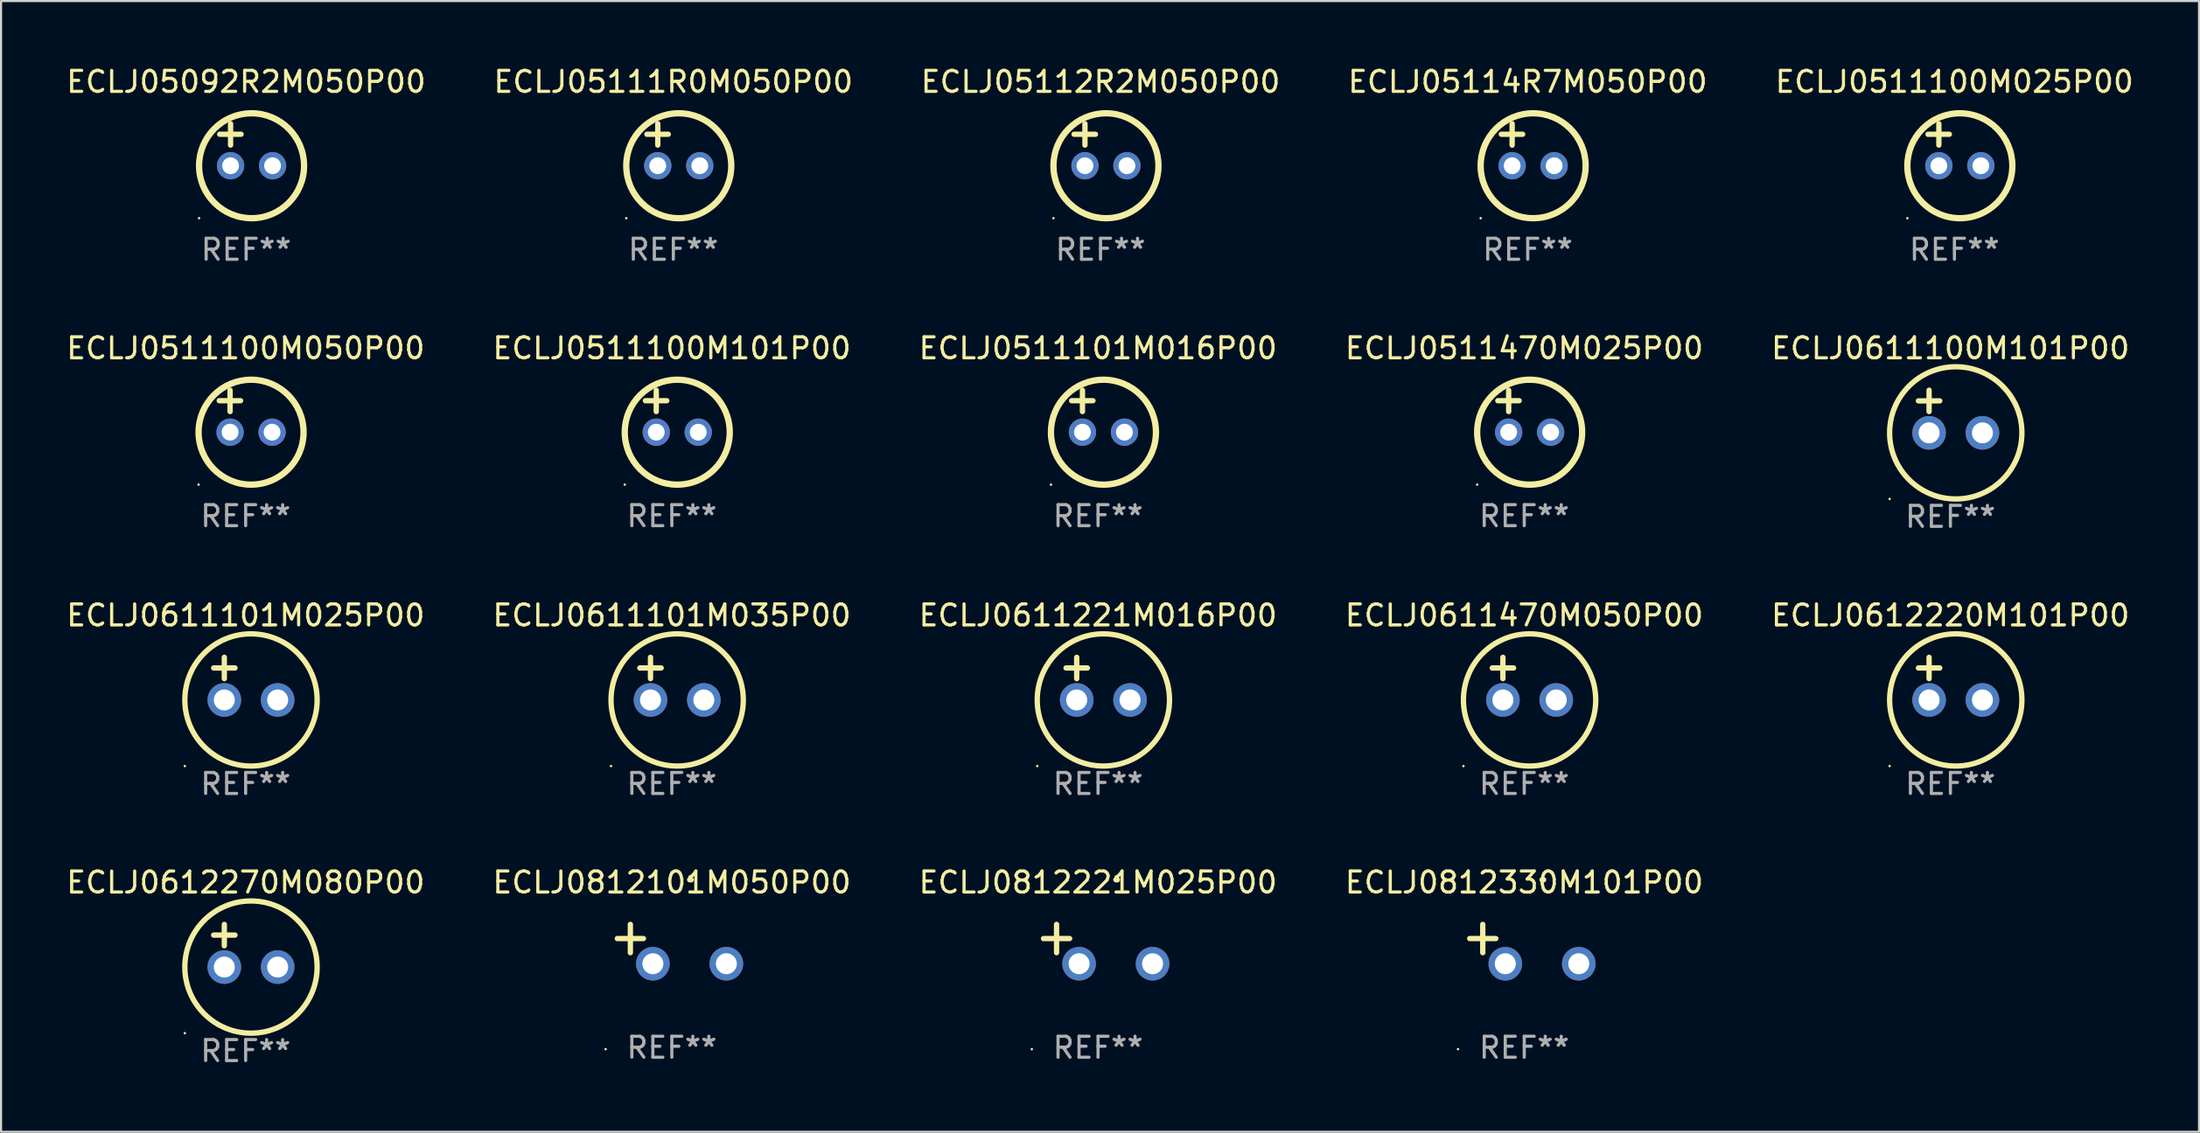
<source format=kicad_pcb>
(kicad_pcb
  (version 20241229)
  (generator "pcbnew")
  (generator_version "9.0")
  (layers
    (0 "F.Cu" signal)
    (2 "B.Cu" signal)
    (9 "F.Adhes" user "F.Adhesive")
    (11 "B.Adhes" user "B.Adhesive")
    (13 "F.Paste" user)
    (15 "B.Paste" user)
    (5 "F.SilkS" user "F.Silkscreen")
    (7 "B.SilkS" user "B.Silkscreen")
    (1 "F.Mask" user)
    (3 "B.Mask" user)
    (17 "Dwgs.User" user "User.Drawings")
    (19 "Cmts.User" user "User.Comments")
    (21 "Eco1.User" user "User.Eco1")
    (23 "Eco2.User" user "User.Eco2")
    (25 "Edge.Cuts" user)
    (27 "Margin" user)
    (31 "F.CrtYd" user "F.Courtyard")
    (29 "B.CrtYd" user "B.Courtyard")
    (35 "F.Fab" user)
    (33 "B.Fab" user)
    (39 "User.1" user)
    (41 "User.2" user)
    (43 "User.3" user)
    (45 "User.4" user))
  (footprint "ECLJ0611100M101P00"
    (layer "F.Cu")
    (at 89.839 16.561)
    (property "Reference" "ECLJ0611100M101P00" (at 0 -3.016 0) (layer "F.SilkS") (effects (font (size 1 1) (thickness 0.15))))
    (attr through_hole)
    (fp_line (start -1.524 -0.508) (end -0.508 -0.508) (stroke (width 0.254) (type solid)) (layer "F.SilkS"))
    (fp_line (start -1.016 -1.016) (end -1.016 0) (stroke (width 0.254) (type solid)) (layer "F.SilkS"))
    (fp_circle (center -2.896 4.166) (end -2.866 4.166) (stroke (width 0.06) (type solid)) (fill no) (layer "F.SilkS"))
    (fp_circle (center 0.254 1.016) (end 3.404 1.016) (stroke (width 0.254) (type solid)) (fill no) (layer "F.SilkS"))
    (fp_text user "REF**" (at 0 5.016 0) (layer "F.Fab") (effects (font (size 1 1) (thickness 0.15))))
    (pad "1" thru_hole circle (at -1.016 1.016) (size 1.6 1.6) (drill 1) (layers "*.Cu" "*.Mask"))
    (pad "2" thru_hole circle (at 1.524 1.016) (size 1.6 1.6) (drill 1) (layers "*.Cu" "*.Mask")))
  (footprint "ECLJ0511100M025P00"
    (layer "F.Cu")
    (at 90.03 3.848)
    (property "Reference" "ECLJ0511100M025P00" (at 0 -3 0) (layer "F.SilkS") (effects (font (size 1 1) (thickness 0.15))))
    (attr through_hole)
    (fp_line (start -1.258 -0.5) (end -0.242 -0.5) (stroke (width 0.254) (type solid)) (layer "F.SilkS"))
    (fp_line (start -0.742 -1) (end -0.742 0.016) (stroke (width 0.254) (type solid)) (layer "F.SilkS"))
    (fp_circle (center -2.242 3.5) (end -2.212 3.5) (stroke (width 0.06) (type solid)) (fill no) (layer "F.SilkS"))
    (fp_circle (center 0.258 1) (end 2.758 1) (stroke (width 0.3) (type solid)) (fill no) (layer "F.SilkS"))
    (fp_text user "REF**" (at 0 5 0) (layer "F.Fab") (effects (font (size 1 1) (thickness 0.15))))
    (pad "1" thru_hole circle (at -0.742 1) (size 1.3 1.3) (drill 0.8) (layers "*.Cu" "*.Mask"))
    (pad "2" thru_hole circle (at 1.258 1) (size 1.3 1.3) (drill 0.8) (layers "*.Cu" "*.Mask")))
  (footprint "ECLJ0511101M016P00"
    (layer "F.Cu")
    (at 49.244 16.545)
    (property "Reference" "ECLJ0511101M016P00" (at 0 -3 0) (layer "F.SilkS") (effects (font (size 1 1) (thickness 0.15))))
    (attr through_hole)
    (fp_line (start -1.258 -0.5) (end -0.242 -0.5) (stroke (width 0.254) (type solid)) (layer "F.SilkS"))
    (fp_line (start -0.742 -1) (end -0.742 0.016) (stroke (width 0.254) (type solid)) (layer "F.SilkS"))
    (fp_circle (center -2.242 3.5) (end -2.212 3.5) (stroke (width 0.06) (type solid)) (fill no) (layer "F.SilkS"))
    (fp_circle (center 0.258 1) (end 2.758 1) (stroke (width 0.3) (type solid)) (fill no) (layer "F.SilkS"))
    (fp_text user "REF**" (at 0 5 0) (layer "F.Fab") (effects (font (size 1 1) (thickness 0.15))))
    (pad "1" thru_hole circle (at -0.742 1) (size 1.3 1.3) (drill 0.8) (layers "*.Cu" "*.Mask"))
    (pad "2" thru_hole circle (at 1.258 1) (size 1.3 1.3) (drill 0.8) (layers "*.Cu" "*.Mask")))
  (footprint "ECLJ05111R0M050P00"
    (layer "F.Cu")
    (at 29.018 3.848)
    (property "Reference" "ECLJ05111R0M050P00" (at 0 -3 0) (layer "F.SilkS") (effects (font (size 1 1) (thickness 0.15))))
    (attr through_hole)
    (fp_line (start -1.258 -0.5) (end -0.242 -0.5) (stroke (width 0.254) (type solid)) (layer "F.SilkS"))
    (fp_line (start -0.742 -1) (end -0.742 0.016) (stroke (width 0.254) (type solid)) (layer "F.SilkS"))
    (fp_circle (center -2.242 3.5) (end -2.212 3.5) (stroke (width 0.06) (type solid)) (fill no) (layer "F.SilkS"))
    (fp_circle (center 0.258 1) (end 2.758 1) (stroke (width 0.3) (type solid)) (fill no) (layer "F.SilkS"))
    (fp_text user "REF**" (at 0 5 0) (layer "F.Fab") (effects (font (size 1 1) (thickness 0.15))))
    (pad "1" thru_hole circle (at -0.742 1) (size 1.3 1.3) (drill 0.8) (layers "*.Cu" "*.Mask"))
    (pad "2" thru_hole circle (at 1.258 1) (size 1.3 1.3) (drill 0.8) (layers "*.Cu" "*.Mask")))
  (footprint "ECLJ0612270M080P00"
    (layer "F.Cu")
    (at 8.649 42.018)
    (property "Reference" "ECLJ0612270M080P00" (at 0 -3.016 0) (layer "F.SilkS") (effects (font (size 1 1) (thickness 0.15))))
    (attr through_hole)
    (fp_line (start -1.524 -0.508) (end -0.508 -0.508) (stroke (width 0.254) (type solid)) (layer "F.SilkS"))
    (fp_line (start -1.016 -1.016) (end -1.016 0) (stroke (width 0.254) (type solid)) (layer "F.SilkS"))
    (fp_circle (center -2.896 4.166) (end -2.866 4.166) (stroke (width 0.06) (type solid)) (fill no) (layer "F.SilkS"))
    (fp_circle (center 0.254 1.016) (end 3.404 1.016) (stroke (width 0.254) (type solid)) (fill no) (layer "F.SilkS"))
    (fp_text user "REF**" (at 0 5.016 0) (layer "F.Fab") (effects (font (size 1 1) (thickness 0.15))))
    (pad "1" thru_hole circle (at -1.016 1.016) (size 1.6 1.6) (drill 1) (layers "*.Cu" "*.Mask"))
    (pad "2" thru_hole circle (at 1.524 1.016) (size 1.6 1.6) (drill 1) (layers "*.Cu" "*.Mask")))
  (footprint "ECLJ05092R2M050P00"
    (layer "F.Cu")
    (at 8.673 3.848)
    (property "Reference" "ECLJ05092R2M050P00" (at 0 -3 0) (layer "F.SilkS") (effects (font (size 1 1) (thickness 0.15))))
    (attr through_hole)
    (fp_line (start -1.258 -0.5) (end -0.242 -0.5) (stroke (width 0.254) (type solid)) (layer "F.SilkS"))
    (fp_line (start -0.742 -1) (end -0.742 0.016) (stroke (width 0.254) (type solid)) (layer "F.SilkS"))
    (fp_circle (center -2.242 3.5) (end -2.212 3.5) (stroke (width 0.06) (type solid)) (fill no) (layer "F.SilkS"))
    (fp_circle (center 0.258 1) (end 2.758 1) (stroke (width 0.3) (type solid)) (fill no) (layer "F.SilkS"))
    (fp_text user "REF**" (at 0 5 0) (layer "F.Fab") (effects (font (size 1 1) (thickness 0.15))))
    (pad "1" thru_hole circle (at -0.742 1) (size 1.3 1.3) (drill 0.8) (layers "*.Cu" "*.Mask"))
    (pad "2" thru_hole circle (at 1.258 1) (size 1.3 1.3) (drill 0.8) (layers "*.Cu" "*.Mask")))
  (footprint "ECLJ0611221M016P00"
    (layer "F.Cu")
    (at 49.244 29.289)
    (property "Reference" "ECLJ0611221M016P00" (at 0 -3.016 0) (layer "F.SilkS") (effects (font (size 1 1) (thickness 0.15))))
    (attr through_hole)
    (fp_line (start -1.524 -0.508) (end -0.508 -0.508) (stroke (width 0.254) (type solid)) (layer "F.SilkS"))
    (fp_line (start -1.016 -1.016) (end -1.016 0) (stroke (width 0.254) (type solid)) (layer "F.SilkS"))
    (fp_circle (center -2.896 4.166) (end -2.866 4.166) (stroke (width 0.06) (type solid)) (fill no) (layer "F.SilkS"))
    (fp_circle (center 0.254 1.016) (end 3.404 1.016) (stroke (width 0.254) (type solid)) (fill no) (layer "F.SilkS"))
    (fp_text user "REF**" (at 0 5.016 0) (layer "F.Fab") (effects (font (size 1 1) (thickness 0.15))))
    (pad "1" thru_hole circle (at -1.016 1.016) (size 1.6 1.6) (drill 1) (layers "*.Cu" "*.Mask"))
    (pad "2" thru_hole circle (at 1.524 1.016) (size 1.6 1.6) (drill 1) (layers "*.Cu" "*.Mask")))
  (footprint "ECLJ0611101M035P00"
    (layer "F.Cu")
    (at 28.946 29.289)
    (property "Reference" "ECLJ0611101M035P00" (at 0 -3.016 0) (layer "F.SilkS") (effects (font (size 1 1) (thickness 0.15))))
    (attr through_hole)
    (fp_line (start -1.524 -0.508) (end -0.508 -0.508) (stroke (width 0.254) (type solid)) (layer "F.SilkS"))
    (fp_line (start -1.016 -1.016) (end -1.016 0) (stroke (width 0.254) (type solid)) (layer "F.SilkS"))
    (fp_circle (center -2.896 4.166) (end -2.866 4.166) (stroke (width 0.06) (type solid)) (fill no) (layer "F.SilkS"))
    (fp_circle (center 0.254 1.016) (end 3.404 1.016) (stroke (width 0.254) (type solid)) (fill no) (layer "F.SilkS"))
    (fp_text user "REF**" (at 0 5.016 0) (layer "F.Fab") (effects (font (size 1 1) (thickness 0.15))))
    (pad "1" thru_hole circle (at -1.016 1.016) (size 1.6 1.6) (drill 1) (layers "*.Cu" "*.Mask"))
    (pad "2" thru_hole circle (at 1.524 1.016) (size 1.6 1.6) (drill 1) (layers "*.Cu" "*.Mask")))
  (footprint "ECLJ0511100M101P00"
    (layer "F.Cu")
    (at 28.946 16.545)
    (property "Reference" "ECLJ0511100M101P00" (at 0 -3 0) (layer "F.SilkS") (effects (font (size 1 1) (thickness 0.15))))
    (attr through_hole)
    (fp_line (start -1.258 -0.5) (end -0.242 -0.5) (stroke (width 0.254) (type solid)) (layer "F.SilkS"))
    (fp_line (start -0.742 -1) (end -0.742 0.016) (stroke (width 0.254) (type solid)) (layer "F.SilkS"))
    (fp_circle (center -2.242 3.5) (end -2.212 3.5) (stroke (width 0.06) (type solid)) (fill no) (layer "F.SilkS"))
    (fp_circle (center 0.258 1) (end 2.758 1) (stroke (width 0.3) (type solid)) (fill no) (layer "F.SilkS"))
    (fp_text user "REF**" (at 0 5 0) (layer "F.Fab") (effects (font (size 1 1) (thickness 0.15))))
    (pad "1" thru_hole circle (at -0.742 1) (size 1.3 1.3) (drill 0.8) (layers "*.Cu" "*.Mask"))
    (pad "2" thru_hole circle (at 1.258 1) (size 1.3 1.3) (drill 0.8) (layers "*.Cu" "*.Mask")))
  (footprint "ECLJ0812101M050P00"
    (layer "F.Cu")
    (at 28.946 41.938)
    (property "Reference" "ECLJ0812101M050P00" (at 0 -2.937 0) (layer "F.SilkS") (effects (font (size 1 1) (thickness 0.15))))
    (attr through_hole)
    (fp_line (start -1.975 0.41) (end -1.975 -0.937) (stroke (width 0.254) (type solid)) (layer "F.SilkS"))
    (fp_line (start -1.353 -0.263) (end -2.597 -0.263) (stroke (width 0.254) (type solid)) (layer "F.SilkS"))
    (fp_arc (start 0.849809 -3.063957) (mid 0.885369 -3.064114) (end 0.920929 -3.063957) (stroke (width 0.254001) (type solid)) (layer "F.SilkS"))
    (fp_circle (center -3.154 5.008) (end -3.124 5.008) (stroke (width 0.06) (type solid)) (fill no) (layer "F.SilkS"))
    (fp_text user "REF**" (at 0 4.937 0) (layer "F.Fab") (effects (font (size 1 1) (thickness 0.15))))
    (pad "1" thru_hole circle (at -0.903 0.937) (size 1.6 1.6) (drill 1) (layers "*.Cu" "*.Mask"))
    (pad "2" thru_hole circle (at 2.597 0.937) (size 1.6 1.6) (drill 1) (layers "*.Cu" "*.Mask")))
  (footprint "ECLJ0611101M025P00"
    (layer "F.Cu")
    (at 8.649 29.289)
    (property "Reference" "ECLJ0611101M025P00" (at 0 -3.016 0) (layer "F.SilkS") (effects (font (size 1 1) (thickness 0.15))))
    (attr through_hole)
    (fp_line (start -1.524 -0.508) (end -0.508 -0.508) (stroke (width 0.254) (type solid)) (layer "F.SilkS"))
    (fp_line (start -1.016 -1.016) (end -1.016 0) (stroke (width 0.254) (type solid)) (layer "F.SilkS"))
    (fp_circle (center -2.896 4.166) (end -2.866 4.166) (stroke (width 0.06) (type solid)) (fill no) (layer "F.SilkS"))
    (fp_circle (center 0.254 1.016) (end 3.404 1.016) (stroke (width 0.254) (type solid)) (fill no) (layer "F.SilkS"))
    (fp_text user "REF**" (at 0 5.016 0) (layer "F.Fab") (effects (font (size 1 1) (thickness 0.15))))
    (pad "1" thru_hole circle (at -1.016 1.016) (size 1.6 1.6) (drill 1) (layers "*.Cu" "*.Mask"))
    (pad "2" thru_hole circle (at 1.524 1.016) (size 1.6 1.6) (drill 1) (layers "*.Cu" "*.Mask")))
  (footprint "ECLJ0611470M050P00"
    (layer "F.Cu")
    (at 69.542 29.289)
    (property "Reference" "ECLJ0611470M050P00" (at 0 -3.016 0) (layer "F.SilkS") (effects (font (size 1 1) (thickness 0.15))))
    (attr through_hole)
    (fp_line (start -1.524 -0.508) (end -0.508 -0.508) (stroke (width 0.254) (type solid)) (layer "F.SilkS"))
    (fp_line (start -1.016 -1.016) (end -1.016 0) (stroke (width 0.254) (type solid)) (layer "F.SilkS"))
    (fp_circle (center -2.896 4.166) (end -2.866 4.166) (stroke (width 0.06) (type solid)) (fill no) (layer "F.SilkS"))
    (fp_circle (center 0.254 1.016) (end 3.404 1.016) (stroke (width 0.254) (type solid)) (fill no) (layer "F.SilkS"))
    (fp_text user "REF**" (at 0 5.016 0) (layer "F.Fab") (effects (font (size 1 1) (thickness 0.15))))
    (pad "1" thru_hole circle (at -1.016 1.016) (size 1.6 1.6) (drill 1) (layers "*.Cu" "*.Mask"))
    (pad "2" thru_hole circle (at 1.524 1.016) (size 1.6 1.6) (drill 1) (layers "*.Cu" "*.Mask")))
  (footprint "ECLJ0812221M025P00"
    (layer "F.Cu")
    (at 49.244 41.938)
    (property "Reference" "ECLJ0812221M025P00" (at 0 -2.937 0) (layer "F.SilkS") (effects (font (size 1 1) (thickness 0.15))))
    (attr through_hole)
    (fp_line (start -1.975 0.41) (end -1.975 -0.937) (stroke (width 0.254) (type solid)) (layer "F.SilkS"))
    (fp_line (start -1.353 -0.263) (end -2.597 -0.263) (stroke (width 0.254) (type solid)) (layer "F.SilkS"))
    (fp_arc (start 0.849809 -3.063957) (mid 0.885369 -3.064114) (end 0.920929 -3.063957) (stroke (width 0.254001) (type solid)) (layer "F.SilkS"))
    (fp_circle (center -3.154 5.008) (end -3.124 5.008) (stroke (width 0.06) (type solid)) (fill no) (layer "F.SilkS"))
    (fp_text user "REF**" (at 0 4.937 0) (layer "F.Fab") (effects (font (size 1 1) (thickness 0.15))))
    (pad "1" thru_hole circle (at -0.903 0.937) (size 1.6 1.6) (drill 1) (layers "*.Cu" "*.Mask"))
    (pad "2" thru_hole circle (at 2.597 0.937) (size 1.6 1.6) (drill 1) (layers "*.Cu" "*.Mask")))
  (footprint "ECLJ05112R2M050P00"
    (layer "F.Cu")
    (at 49.363 3.848)
    (property "Reference" "ECLJ05112R2M050P00" (at 0 -3 0) (layer "F.SilkS") (effects (font (size 1 1) (thickness 0.15))))
    (attr through_hole)
    (fp_line (start -1.258 -0.5) (end -0.242 -0.5) (stroke (width 0.254) (type solid)) (layer "F.SilkS"))
    (fp_line (start -0.742 -1) (end -0.742 0.016) (stroke (width 0.254) (type solid)) (layer "F.SilkS"))
    (fp_circle (center -2.242 3.5) (end -2.212 3.5) (stroke (width 0.06) (type solid)) (fill no) (layer "F.SilkS"))
    (fp_circle (center 0.258 1) (end 2.758 1) (stroke (width 0.3) (type solid)) (fill no) (layer "F.SilkS"))
    (fp_text user "REF**" (at 0 5 0) (layer "F.Fab") (effects (font (size 1 1) (thickness 0.15))))
    (pad "1" thru_hole circle (at -0.742 1) (size 1.3 1.3) (drill 0.8) (layers "*.Cu" "*.Mask"))
    (pad "2" thru_hole circle (at 1.258 1) (size 1.3 1.3) (drill 0.8) (layers "*.Cu" "*.Mask")))
  (footprint "ECLJ0812330M101P00"
    (layer "F.Cu")
    (at 69.542 41.938)
    (property "Reference" "ECLJ0812330M101P00" (at 0 -2.937 0) (layer "F.SilkS") (effects (font (size 1 1) (thickness 0.15))))
    (attr through_hole)
    (fp_line (start -1.975 0.41) (end -1.975 -0.937) (stroke (width 0.254) (type solid)) (layer "F.SilkS"))
    (fp_line (start -1.353 -0.263) (end -2.597 -0.263) (stroke (width 0.254) (type solid)) (layer "F.SilkS"))
    (fp_arc (start 0.849809 -3.063957) (mid 0.885369 -3.064114) (end 0.920929 -3.063957) (stroke (width 0.254001) (type solid)) (layer "F.SilkS"))
    (fp_circle (center -3.154 5.008) (end -3.124 5.008) (stroke (width 0.06) (type solid)) (fill no) (layer "F.SilkS"))
    (fp_text user "REF**" (at 0 4.937 0) (layer "F.Fab") (effects (font (size 1 1) (thickness 0.15))))
    (pad "1" thru_hole circle (at -0.903 0.937) (size 1.6 1.6) (drill 1) (layers "*.Cu" "*.Mask"))
    (pad "2" thru_hole circle (at 2.597 0.937) (size 1.6 1.6) (drill 1) (layers "*.Cu" "*.Mask")))
  (footprint "ECLJ0612220M101P00"
    (layer "F.Cu")
    (at 89.839 29.289)
    (property "Reference" "ECLJ0612220M101P00" (at 0 -3.016 0) (layer "F.SilkS") (effects (font (size 1 1) (thickness 0.15))))
    (attr through_hole)
    (fp_line (start -1.524 -0.508) (end -0.508 -0.508) (stroke (width 0.254) (type solid)) (layer "F.SilkS"))
    (fp_line (start -1.016 -1.016) (end -1.016 0) (stroke (width 0.254) (type solid)) (layer "F.SilkS"))
    (fp_circle (center -2.896 4.166) (end -2.866 4.166) (stroke (width 0.06) (type solid)) (fill no) (layer "F.SilkS"))
    (fp_circle (center 0.254 1.016) (end 3.404 1.016) (stroke (width 0.254) (type solid)) (fill no) (layer "F.SilkS"))
    (fp_text user "REF**" (at 0 5.016 0) (layer "F.Fab") (effects (font (size 1 1) (thickness 0.15))))
    (pad "1" thru_hole circle (at -1.016 1.016) (size 1.6 1.6) (drill 1) (layers "*.Cu" "*.Mask"))
    (pad "2" thru_hole circle (at 1.524 1.016) (size 1.6 1.6) (drill 1) (layers "*.Cu" "*.Mask")))
  (footprint "ECLJ05114R7M050P00"
    (layer "F.Cu")
    (at 69.708 3.848)
    (property "Reference" "ECLJ05114R7M050P00" (at 0 -3 0) (layer "F.SilkS") (effects (font (size 1 1) (thickness 0.15))))
    (attr through_hole)
    (fp_line (start -1.258 -0.5) (end -0.242 -0.5) (stroke (width 0.254) (type solid)) (layer "F.SilkS"))
    (fp_line (start -0.742 -1) (end -0.742 0.016) (stroke (width 0.254) (type solid)) (layer "F.SilkS"))
    (fp_circle (center -2.242 3.5) (end -2.212 3.5) (stroke (width 0.06) (type solid)) (fill no) (layer "F.SilkS"))
    (fp_circle (center 0.258 1) (end 2.758 1) (stroke (width 0.3) (type solid)) (fill no) (layer "F.SilkS"))
    (fp_text user "REF**" (at 0 5 0) (layer "F.Fab") (effects (font (size 1 1) (thickness 0.15))))
    (pad "1" thru_hole circle (at -0.742 1) (size 1.3 1.3) (drill 0.8) (layers "*.Cu" "*.Mask"))
    (pad "2" thru_hole circle (at 1.258 1) (size 1.3 1.3) (drill 0.8) (layers "*.Cu" "*.Mask")))
  (footprint "ECLJ0511100M050P00"
    (layer "F.Cu")
    (at 8.649 16.545)
    (property "Reference" "ECLJ0511100M050P00" (at 0 -3 0) (layer "F.SilkS") (effects (font (size 1 1) (thickness 0.15))))
    (attr through_hole)
    (fp_line (start -1.258 -0.5) (end -0.242 -0.5) (stroke (width 0.254) (type solid)) (layer "F.SilkS"))
    (fp_line (start -0.742 -1) (end -0.742 0.016) (stroke (width 0.254) (type solid)) (layer "F.SilkS"))
    (fp_circle (center -2.242 3.5) (end -2.212 3.5) (stroke (width 0.06) (type solid)) (fill no) (layer "F.SilkS"))
    (fp_circle (center 0.258 1) (end 2.758 1) (stroke (width 0.3) (type solid)) (fill no) (layer "F.SilkS"))
    (fp_text user "REF**" (at 0 5 0) (layer "F.Fab") (effects (font (size 1 1) (thickness 0.15))))
    (pad "1" thru_hole circle (at -0.742 1) (size 1.3 1.3) (drill 0.8) (layers "*.Cu" "*.Mask"))
    (pad "2" thru_hole circle (at 1.258 1) (size 1.3 1.3) (drill 0.8) (layers "*.Cu" "*.Mask")))
  (footprint "ECLJ0511470M025P00"
    (layer "F.Cu")
    (at 69.542 16.545)
    (property "Reference" "ECLJ0511470M025P00" (at 0 -3 0) (layer "F.SilkS") (effects (font (size 1 1) (thickness 0.15))))
    (attr through_hole)
    (fp_line (start -1.258 -0.5) (end -0.242 -0.5) (stroke (width 0.254) (type solid)) (layer "F.SilkS"))
    (fp_line (start -0.742 -1) (end -0.742 0.016) (stroke (width 0.254) (type solid)) (layer "F.SilkS"))
    (fp_circle (center -2.242 3.5) (end -2.212 3.5) (stroke (width 0.06) (type solid)) (fill no) (layer "F.SilkS"))
    (fp_circle (center 0.258 1) (end 2.758 1) (stroke (width 0.3) (type solid)) (fill no) (layer "F.SilkS"))
    (fp_text user "REF**" (at 0 5 0) (layer "F.Fab") (effects (font (size 1 1) (thickness 0.15))))
    (pad "1" thru_hole circle (at -0.742 1) (size 1.3 1.3) (drill 0.8) (layers "*.Cu" "*.Mask"))
    (pad "2" thru_hole circle (at 1.258 1) (size 1.3 1.3) (drill 0.8) (layers "*.Cu" "*.Mask")))
  (gr_rect
    (start -3 -3)
    (end 101.679 50.882)
    (stroke (width 0.1) (type default))
    (fill no)
    (layer "Edge.Cuts")))
</source>
